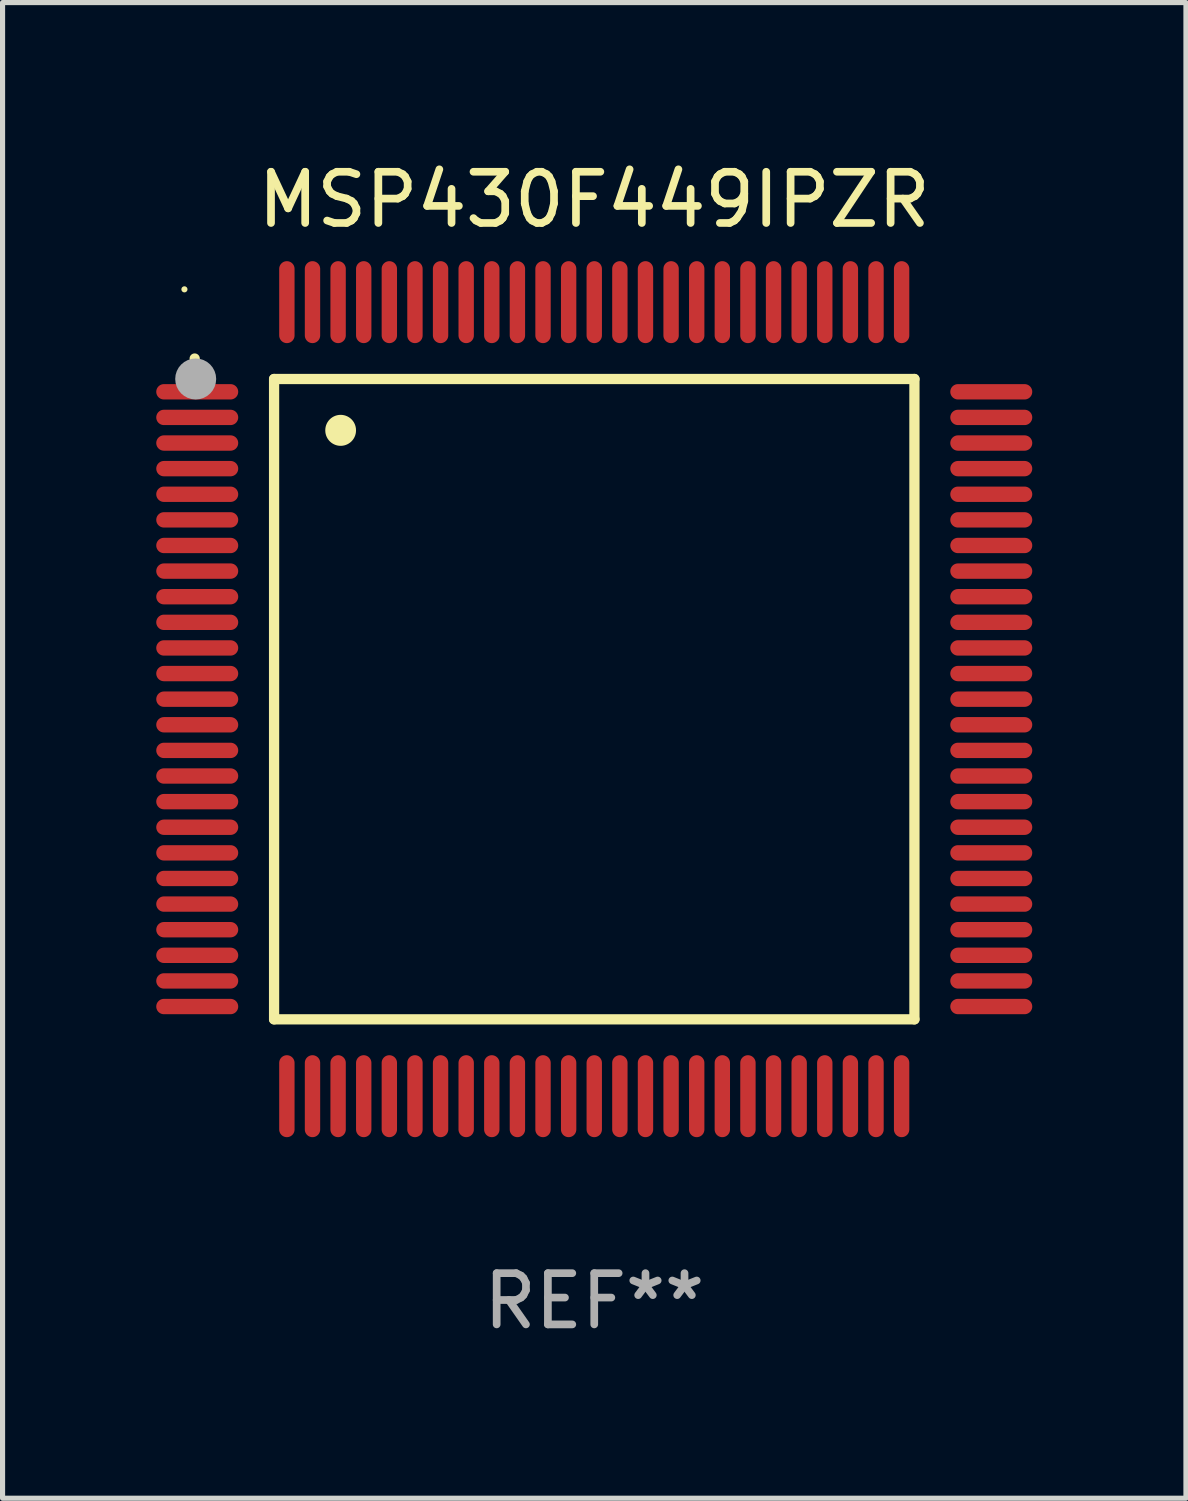
<source format=kicad_pcb>
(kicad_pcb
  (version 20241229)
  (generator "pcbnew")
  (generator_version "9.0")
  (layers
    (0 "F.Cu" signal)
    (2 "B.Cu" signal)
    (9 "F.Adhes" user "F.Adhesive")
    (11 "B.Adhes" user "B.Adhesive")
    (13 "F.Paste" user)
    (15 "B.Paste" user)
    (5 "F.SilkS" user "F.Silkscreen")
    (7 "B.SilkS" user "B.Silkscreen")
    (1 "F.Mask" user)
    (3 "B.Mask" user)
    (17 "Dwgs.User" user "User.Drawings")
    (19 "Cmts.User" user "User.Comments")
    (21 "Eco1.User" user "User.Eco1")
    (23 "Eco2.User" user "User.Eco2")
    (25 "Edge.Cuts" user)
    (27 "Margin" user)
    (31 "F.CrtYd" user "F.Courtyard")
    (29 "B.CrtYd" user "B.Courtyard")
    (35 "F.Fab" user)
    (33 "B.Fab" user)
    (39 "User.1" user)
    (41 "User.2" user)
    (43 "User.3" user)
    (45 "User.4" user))
  (footprint "MSP430F449IPZR"
    (layer "F.Cu")
    (at 8.55 10.598)
    (property "Reference" "MSP430F449IPZR" (at 0 -9.75 0) (layer "F.SilkS") (effects (font (size 1 1) (thickness 0.15))))
    (attr through_hole)
    (fp_line (start -6.25 -6.25) (end -6.25 6.25) (stroke (width 0.2) (type solid)) (layer "F.SilkS"))
    (fp_line (start -6.25 6.25) (end 6.25 6.25) (stroke (width 0.2) (type solid)) (layer "F.SilkS"))
    (fp_line (start 6.25 -6.25) (end -6.25 -6.25) (stroke (width 0.2) (type solid)) (layer "F.SilkS"))
    (fp_line (start 6.25 6.25) (end 6.25 -6.25) (stroke (width 0.2) (type solid)) (layer "F.SilkS"))
    (fp_arc (start -7.799568 -6.647625) (mid -7.799571 -6.648463) (end -7.799568 -6.649301) (stroke (width 0.2) (type solid)) (layer "F.SilkS"))
    (fp_arc (start -4.95047 -5.245111) (mid -4.950481 -5.247651) (end -4.95047 -5.250191) (stroke (width 0.6) (type solid)) (layer "F.SilkS"))
    (fp_circle (center -8 -8) (end -7.97 -8) (stroke (width 0.06) (type solid)) (fill no) (layer "F.SilkS"))
    (fp_circle (center -7.78 -6.25) (end -7.58 -6.25) (stroke (width 0.4) (type solid)) (fill no) (layer "F.Fab"))
    (fp_text user "REF**" (at 0 11.75 0) (layer "F.Fab") (effects (font (size 1 1) (thickness 0.15))))
    (pad "1" smd oval (at -7.75 -6 90) (size 0.3 1.6) (layers "F.Cu" "F.Mask" "F.Paste"))
    (pad "2" smd oval (at -7.75 -5.5 90) (size 0.3 1.6) (layers "F.Cu" "F.Mask" "F.Paste"))
    (pad "3" smd oval (at -7.75 -5 90) (size 0.3 1.6) (layers "F.Cu" "F.Mask" "F.Paste"))
    (pad "4" smd oval (at -7.75 -4.5 90) (size 0.3 1.6) (layers "F.Cu" "F.Mask" "F.Paste"))
    (pad "5" smd oval (at -7.75 -4 90) (size 0.3 1.6) (layers "F.Cu" "F.Mask" "F.Paste"))
    (pad "6" smd oval (at -7.75 -3.5 90) (size 0.3 1.6) (layers "F.Cu" "F.Mask" "F.Paste"))
    (pad "7" smd oval (at -7.75 -3 90) (size 0.3 1.6) (layers "F.Cu" "F.Mask" "F.Paste"))
    (pad "8" smd oval (at -7.75 -2.5 90) (size 0.3 1.6) (layers "F.Cu" "F.Mask" "F.Paste"))
    (pad "9" smd oval (at -7.75 -2 90) (size 0.3 1.6) (layers "F.Cu" "F.Mask" "F.Paste"))
    (pad "10" smd oval (at -7.75 -1.5 90) (size 0.3 1.6) (layers "F.Cu" "F.Mask" "F.Paste"))
    (pad "11" smd oval (at -7.75 -1 90) (size 0.3 1.6) (layers "F.Cu" "F.Mask" "F.Paste"))
    (pad "12" smd oval (at -7.75 -0.5 90) (size 0.3 1.6) (layers "F.Cu" "F.Mask" "F.Paste"))
    (pad "13" smd oval (at -7.75 0 90) (size 0.3 1.6) (layers "F.Cu" "F.Mask" "F.Paste"))
    (pad "14" smd oval (at -7.75 0.5 90) (size 0.3 1.6) (layers "F.Cu" "F.Mask" "F.Paste"))
    (pad "15" smd oval (at -7.75 1 90) (size 0.3 1.6) (layers "F.Cu" "F.Mask" "F.Paste"))
    (pad "16" smd oval (at -7.75 1.5 90) (size 0.3 1.6) (layers "F.Cu" "F.Mask" "F.Paste"))
    (pad "17" smd oval (at -7.75 2 90) (size 0.3 1.6) (layers "F.Cu" "F.Mask" "F.Paste"))
    (pad "18" smd oval (at -7.75 2.5 90) (size 0.3 1.6) (layers "F.Cu" "F.Mask" "F.Paste"))
    (pad "19" smd oval (at -7.75 3 90) (size 0.3 1.6) (layers "F.Cu" "F.Mask" "F.Paste"))
    (pad "20" smd oval (at -7.75 3.5 90) (size 0.3 1.6) (layers "F.Cu" "F.Mask" "F.Paste"))
    (pad "21" smd oval (at -7.75 4 90) (size 0.3 1.6) (layers "F.Cu" "F.Mask" "F.Paste"))
    (pad "22" smd oval (at -7.75 4.5 90) (size 0.3 1.6) (layers "F.Cu" "F.Mask" "F.Paste"))
    (pad "23" smd oval (at -7.75 5 90) (size 0.3 1.6) (layers "F.Cu" "F.Mask" "F.Paste"))
    (pad "24" smd oval (at -7.75 5.5 90) (size 0.3 1.6) (layers "F.Cu" "F.Mask" "F.Paste"))
    (pad "25" smd oval (at -7.75 6 90) (size 0.3 1.6) (layers "F.Cu" "F.Mask" "F.Paste"))
    (pad "26" smd oval (at -6 7.75) (size 0.3 1.6) (layers "F.Cu" "F.Mask" "F.Paste"))
    (pad "27" smd oval (at -5.5 7.75) (size 0.3 1.6) (layers "F.Cu" "F.Mask" "F.Paste"))
    (pad "28" smd oval (at -5 7.75) (size 0.3 1.6) (layers "F.Cu" "F.Mask" "F.Paste"))
    (pad "29" smd oval (at -4.5 7.75) (size 0.3 1.6) (layers "F.Cu" "F.Mask" "F.Paste"))
    (pad "30" smd oval (at -4 7.75) (size 0.3 1.6) (layers "F.Cu" "F.Mask" "F.Paste"))
    (pad "31" smd oval (at -3.5 7.75) (size 0.3 1.6) (layers "F.Cu" "F.Mask" "F.Paste"))
    (pad "32" smd oval (at -3 7.75) (size 0.3 1.6) (layers "F.Cu" "F.Mask" "F.Paste"))
    (pad "33" smd oval (at -2.5 7.75) (size 0.3 1.6) (layers "F.Cu" "F.Mask" "F.Paste"))
    (pad "34" smd oval (at -2 7.75) (size 0.3 1.6) (layers "F.Cu" "F.Mask" "F.Paste"))
    (pad "35" smd oval (at -1.5 7.75) (size 0.3 1.6) (layers "F.Cu" "F.Mask" "F.Paste"))
    (pad "36" smd oval (at -1 7.75) (size 0.3 1.6) (layers "F.Cu" "F.Mask" "F.Paste"))
    (pad "37" smd oval (at -0.5 7.75) (size 0.3 1.6) (layers "F.Cu" "F.Mask" "F.Paste"))
    (pad "38" smd oval (at 0 7.75) (size 0.3 1.6) (layers "F.Cu" "F.Mask" "F.Paste"))
    (pad "39" smd oval (at 0.5 7.75) (size 0.3 1.6) (layers "F.Cu" "F.Mask" "F.Paste"))
    (pad "40" smd oval (at 1 7.75) (size 0.3 1.6) (layers "F.Cu" "F.Mask" "F.Paste"))
    (pad "41" smd oval (at 1.5 7.75) (size 0.3 1.6) (layers "F.Cu" "F.Mask" "F.Paste"))
    (pad "42" smd oval (at 2 7.75) (size 0.3 1.6) (layers "F.Cu" "F.Mask" "F.Paste"))
    (pad "43" smd oval (at 2.5 7.75) (size 0.3 1.6) (layers "F.Cu" "F.Mask" "F.Paste"))
    (pad "44" smd oval (at 3 7.75) (size 0.3 1.6) (layers "F.Cu" "F.Mask" "F.Paste"))
    (pad "45" smd oval (at 3.5 7.75) (size 0.3 1.6) (layers "F.Cu" "F.Mask" "F.Paste"))
    (pad "46" smd oval (at 4 7.75) (size 0.3 1.6) (layers "F.Cu" "F.Mask" "F.Paste"))
    (pad "47" smd oval (at 4.5 7.75) (size 0.3 1.6) (layers "F.Cu" "F.Mask" "F.Paste"))
    (pad "48" smd oval (at 5 7.75) (size 0.3 1.6) (layers "F.Cu" "F.Mask" "F.Paste"))
    (pad "49" smd oval (at 5.5 7.75) (size 0.3 1.6) (layers "F.Cu" "F.Mask" "F.Paste"))
    (pad "50" smd oval (at 6 7.75) (size 0.3 1.6) (layers "F.Cu" "F.Mask" "F.Paste"))
    (pad "51" smd oval (at 7.75 6 90) (size 0.3 1.6) (layers "F.Cu" "F.Mask" "F.Paste"))
    (pad "52" smd oval (at 7.75 5.5 90) (size 0.3 1.6) (layers "F.Cu" "F.Mask" "F.Paste"))
    (pad "53" smd oval (at 7.75 5 90) (size 0.3 1.6) (layers "F.Cu" "F.Mask" "F.Paste"))
    (pad "54" smd oval (at 7.75 4.5 90) (size 0.3 1.6) (layers "F.Cu" "F.Mask" "F.Paste"))
    (pad "55" smd oval (at 7.75 4 90) (size 0.3 1.6) (layers "F.Cu" "F.Mask" "F.Paste"))
    (pad "56" smd oval (at 7.75 3.5 90) (size 0.3 1.6) (layers "F.Cu" "F.Mask" "F.Paste"))
    (pad "57" smd oval (at 7.75 3 90) (size 0.3 1.6) (layers "F.Cu" "F.Mask" "F.Paste"))
    (pad "58" smd oval (at 7.75 2.5 90) (size 0.3 1.6) (layers "F.Cu" "F.Mask" "F.Paste"))
    (pad "59" smd oval (at 7.75 2 90) (size 0.3 1.6) (layers "F.Cu" "F.Mask" "F.Paste"))
    (pad "60" smd oval (at 7.75 1.5 90) (size 0.3 1.6) (layers "F.Cu" "F.Mask" "F.Paste"))
    (pad "61" smd oval (at 7.75 1 90) (size 0.3 1.6) (layers "F.Cu" "F.Mask" "F.Paste"))
    (pad "62" smd oval (at 7.75 0.5 90) (size 0.3 1.6) (layers "F.Cu" "F.Mask" "F.Paste"))
    (pad "63" smd oval (at 7.75 0 90) (size 0.3 1.6) (layers "F.Cu" "F.Mask" "F.Paste"))
    (pad "64" smd oval (at 7.75 -0.5 90) (size 0.3 1.6) (layers "F.Cu" "F.Mask" "F.Paste"))
    (pad "65" smd oval (at 7.75 -1 90) (size 0.3 1.6) (layers "F.Cu" "F.Mask" "F.Paste"))
    (pad "66" smd oval (at 7.75 -1.5 90) (size 0.3 1.6) (layers "F.Cu" "F.Mask" "F.Paste"))
    (pad "67" smd oval (at 7.75 -2 90) (size 0.3 1.6) (layers "F.Cu" "F.Mask" "F.Paste"))
    (pad "68" smd oval (at 7.75 -2.5 90) (size 0.3 1.6) (layers "F.Cu" "F.Mask" "F.Paste"))
    (pad "69" smd oval (at 7.75 -3 90) (size 0.3 1.6) (layers "F.Cu" "F.Mask" "F.Paste"))
    (pad "70" smd oval (at 7.75 -3.5 90) (size 0.3 1.6) (layers "F.Cu" "F.Mask" "F.Paste"))
    (pad "71" smd oval (at 7.75 -4 90) (size 0.3 1.6) (layers "F.Cu" "F.Mask" "F.Paste"))
    (pad "72" smd oval (at 7.75 -4.5 90) (size 0.3 1.6) (layers "F.Cu" "F.Mask" "F.Paste"))
    (pad "73" smd oval (at 7.75 -5 90) (size 0.3 1.6) (layers "F.Cu" "F.Mask" "F.Paste"))
    (pad "74" smd oval (at 7.75 -5.5 90) (size 0.3 1.6) (layers "F.Cu" "F.Mask" "F.Paste"))
    (pad "75" smd oval (at 7.75 -6 90) (size 0.3 1.6) (layers "F.Cu" "F.Mask" "F.Paste"))
    (pad "76" smd oval (at 6 -7.75) (size 0.3 1.6) (layers "F.Cu" "F.Mask" "F.Paste"))
    (pad "77" smd oval (at 5.5 -7.75) (size 0.3 1.6) (layers "F.Cu" "F.Mask" "F.Paste"))
    (pad "78" smd oval (at 5 -7.75) (size 0.3 1.6) (layers "F.Cu" "F.Mask" "F.Paste"))
    (pad "79" smd oval (at 4.5 -7.75) (size 0.3 1.6) (layers "F.Cu" "F.Mask" "F.Paste"))
    (pad "80" smd oval (at 4 -7.75) (size 0.3 1.6) (layers "F.Cu" "F.Mask" "F.Paste"))
    (pad "81" smd oval (at 3.5 -7.75) (size 0.3 1.6) (layers "F.Cu" "F.Mask" "F.Paste"))
    (pad "82" smd oval (at 3 -7.75) (size 0.3 1.6) (layers "F.Cu" "F.Mask" "F.Paste"))
    (pad "83" smd oval (at 2.5 -7.75) (size 0.3 1.6) (layers "F.Cu" "F.Mask" "F.Paste"))
    (pad "84" smd oval (at 2 -7.75) (size 0.3 1.6) (layers "F.Cu" "F.Mask" "F.Paste"))
    (pad "85" smd oval (at 1.5 -7.75) (size 0.3 1.6) (layers "F.Cu" "F.Mask" "F.Paste"))
    (pad "86" smd oval (at 1 -7.75) (size 0.3 1.6) (layers "F.Cu" "F.Mask" "F.Paste"))
    (pad "87" smd oval (at 0.5 -7.75) (size 0.3 1.6) (layers "F.Cu" "F.Mask" "F.Paste"))
    (pad "88" smd oval (at 0 -7.75) (size 0.3 1.6) (layers "F.Cu" "F.Mask" "F.Paste"))
    (pad "89" smd oval (at -0.5 -7.75) (size 0.3 1.6) (layers "F.Cu" "F.Mask" "F.Paste"))
    (pad "90" smd oval (at -1 -7.75) (size 0.3 1.6) (layers "F.Cu" "F.Mask" "F.Paste"))
    (pad "91" smd oval (at -1.5 -7.75) (size 0.3 1.6) (layers "F.Cu" "F.Mask" "F.Paste"))
    (pad "92" smd oval (at -2 -7.75) (size 0.3 1.6) (layers "F.Cu" "F.Mask" "F.Paste"))
    (pad "93" smd oval (at -2.5 -7.75) (size 0.3 1.6) (layers "F.Cu" "F.Mask" "F.Paste"))
    (pad "94" smd oval (at -3 -7.75) (size 0.3 1.6) (layers "F.Cu" "F.Mask" "F.Paste"))
    (pad "95" smd oval (at -3.5 -7.75) (size 0.3 1.6) (layers "F.Cu" "F.Mask" "F.Paste"))
    (pad "96" smd oval (at -4 -7.75) (size 0.3 1.6) (layers "F.Cu" "F.Mask" "F.Paste"))
    (pad "97" smd oval (at -4.5 -7.75) (size 0.3 1.6) (layers "F.Cu" "F.Mask" "F.Paste"))
    (pad "98" smd oval (at -5 -7.75) (size 0.3 1.6) (layers "F.Cu" "F.Mask" "F.Paste"))
    (pad "99" smd oval (at -5.5 -7.75) (size 0.3 1.6) (layers "F.Cu" "F.Mask" "F.Paste"))
    (pad "100" smd oval (at -6 -7.75) (size 0.3 1.6) (layers "F.Cu" "F.Mask" "F.Paste")))
  (gr_rect
    (start -3 -3)
    (end 20.1 26.196)
    (stroke (width 0.1) (type default))
    (fill no)
    (layer "Edge.Cuts")))
</source>
